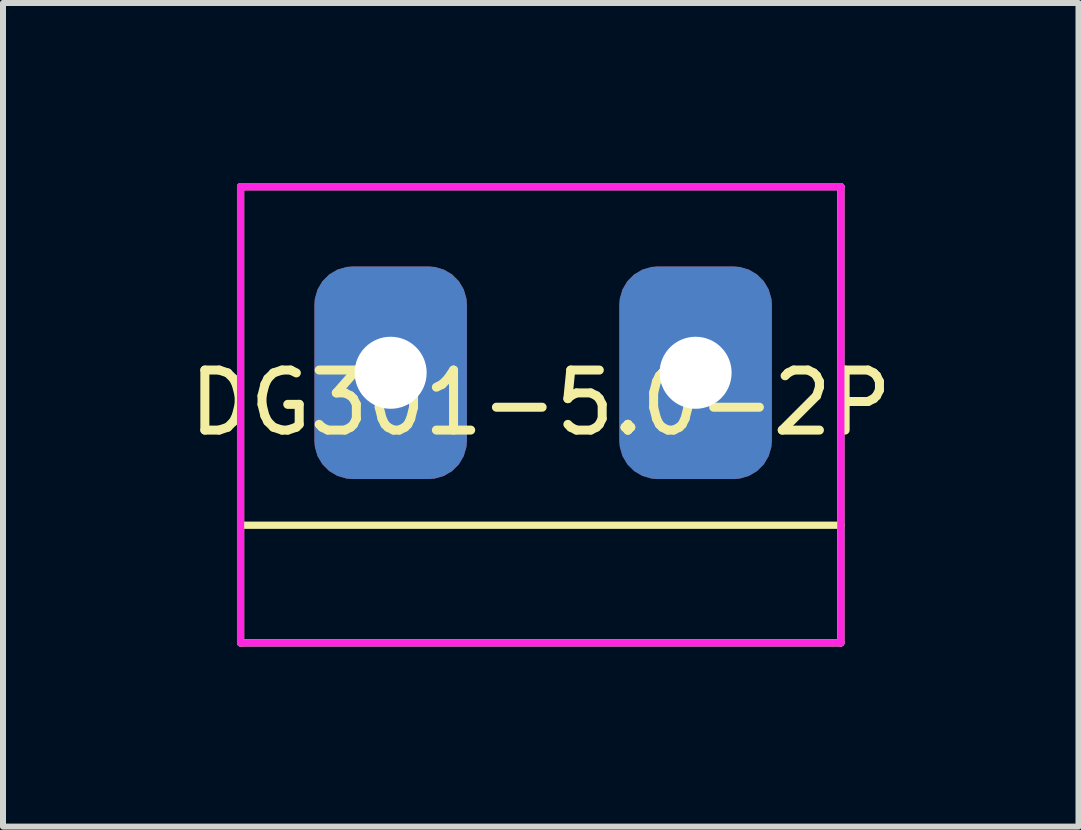
<source format=kicad_pcb>
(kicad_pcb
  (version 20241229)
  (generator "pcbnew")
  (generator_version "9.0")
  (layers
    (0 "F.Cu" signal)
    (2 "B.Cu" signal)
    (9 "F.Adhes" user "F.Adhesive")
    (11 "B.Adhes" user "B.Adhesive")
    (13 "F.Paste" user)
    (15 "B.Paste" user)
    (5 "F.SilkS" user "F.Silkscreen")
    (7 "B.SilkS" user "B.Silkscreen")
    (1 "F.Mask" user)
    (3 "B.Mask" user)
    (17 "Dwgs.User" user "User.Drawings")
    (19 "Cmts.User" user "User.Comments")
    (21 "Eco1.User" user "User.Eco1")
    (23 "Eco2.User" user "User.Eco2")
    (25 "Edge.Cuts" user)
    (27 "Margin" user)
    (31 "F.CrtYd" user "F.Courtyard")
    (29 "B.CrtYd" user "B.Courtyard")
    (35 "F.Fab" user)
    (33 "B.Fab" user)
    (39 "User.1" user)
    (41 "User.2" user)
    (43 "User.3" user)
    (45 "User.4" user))
  (footprint "DG301-5.0-2P"
    (layer "F.Cu")
    (at 5.958 3.16)
    (property "Reference" "DG301-5.0-2P" (at 0 0.5 0) (layer "F.SilkS") (effects (font (size 1 1) (thickness 0.15))))
    (attr through_hole)
    (fp_line (start -5 -3.1) (end -5 4.5) (stroke (width 0.12) (type solid)) (layer "F.SilkS"))
    (fp_line (start -5 -3.1) (end 5 -3.1) (stroke (width 0.12) (type solid)) (layer "F.SilkS"))
    (fp_line (start -5 2.54) (end 5 2.54) (stroke (width 0.12) (type solid)) (layer "F.SilkS"))
    (fp_line (start -5 4.5) (end 5 4.5) (stroke (width 0.12) (type solid)) (layer "F.SilkS"))
    (fp_line (start 5 -3.1) (end 5 4.5) (stroke (width 0.12) (type solid)) (layer "F.SilkS"))
    (fp_line (start -5 -3.1) (end -5 4.5) (stroke (width 0.12) (type solid)) (layer "F.CrtYd"))
    (fp_line (start -5 -3.1) (end 5 -3.1) (stroke (width 0.12) (type solid)) (layer "F.CrtYd"))
    (fp_line (start -5 -3.1) (end 5 -3.1) (stroke (width 0.12) (type solid)) (layer "F.CrtYd"))
    (fp_line (start -5 4.5) (end 5 4.5) (stroke (width 0.12) (type solid)) (layer "F.CrtYd"))
    (fp_line (start 5 -3.1) (end 5 4.5) (stroke (width 0.12) (type solid)) (layer "F.CrtYd"))
    (pad "1" thru_hole roundrect (at -2.5 0) (size 2.54 3.54) (drill 1.2) (layers "*.Cu" "*.Mask") (roundrect_rratio 0.25))
    (pad "2" thru_hole roundrect (at 2.58 0) (size 2.54 3.54) (drill 1.2) (layers "*.Cu" "*.Mask") (roundrect_rratio 0.25)))
  (gr_rect
    (start -3 -3)
    (end 14.917 10.72)
    (stroke (width 0.1) (type default))
    (fill no)
    (layer "Edge.Cuts")))
</source>
